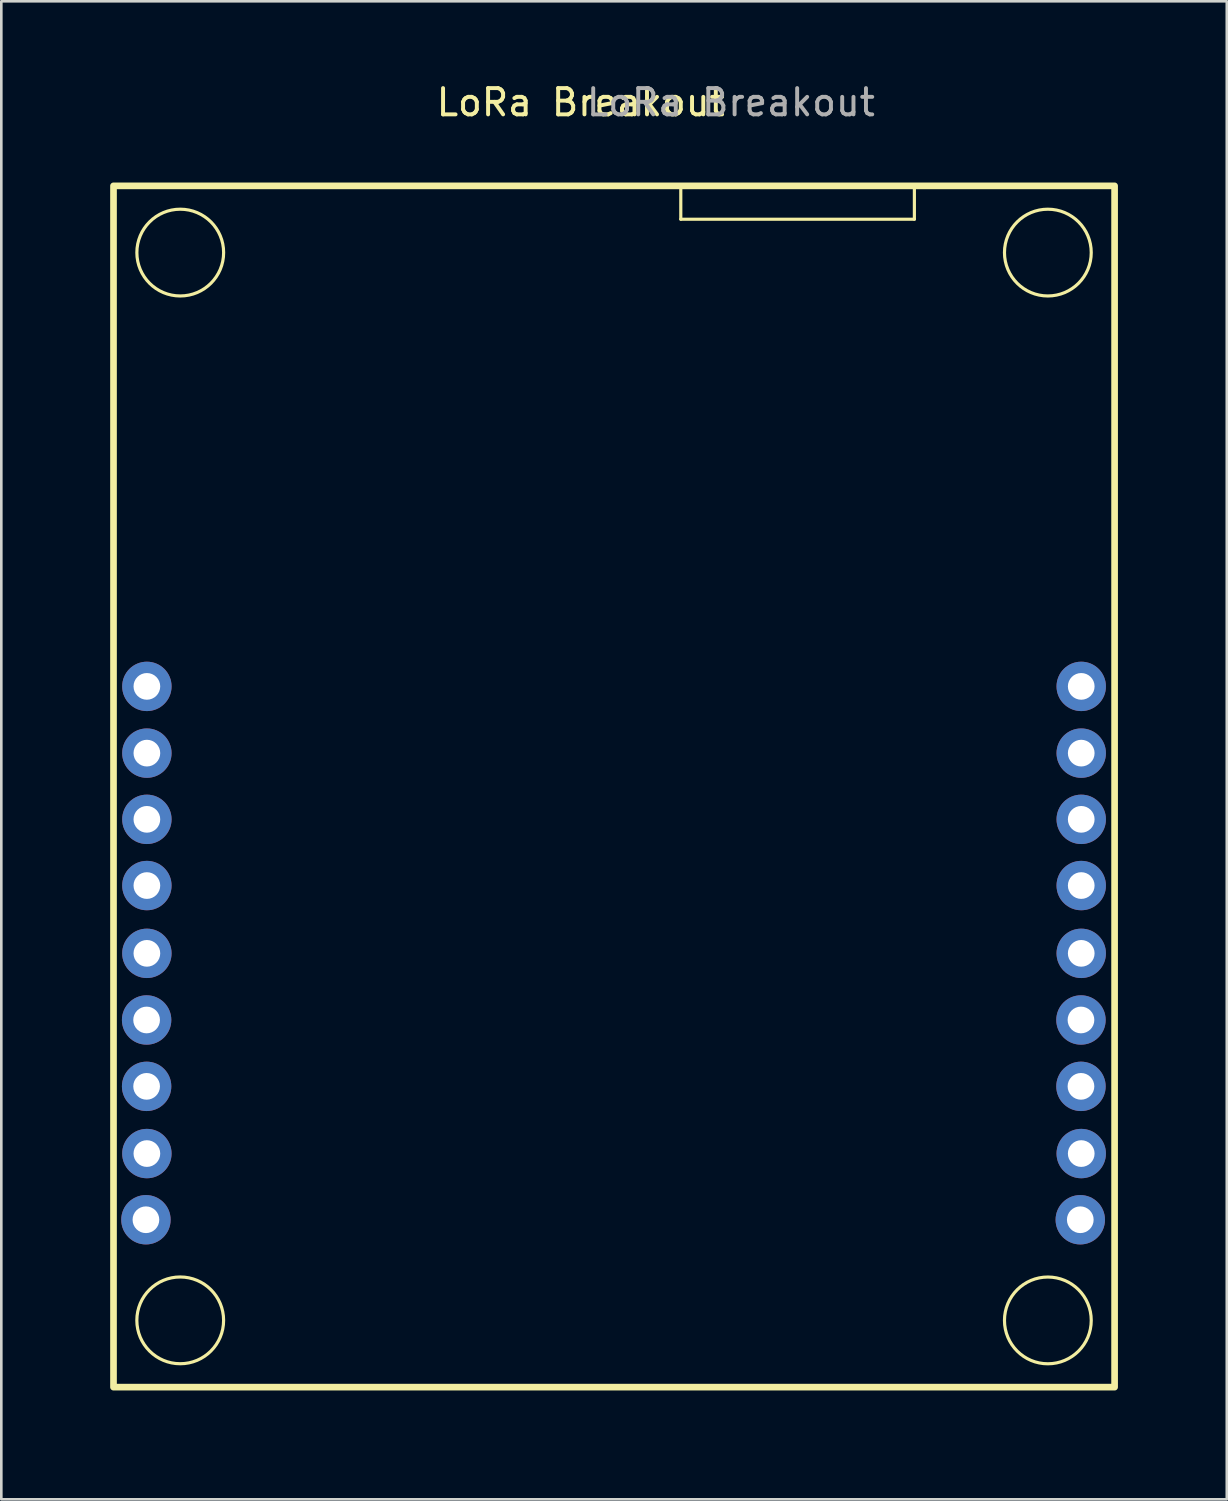
<source format=kicad_pcb>
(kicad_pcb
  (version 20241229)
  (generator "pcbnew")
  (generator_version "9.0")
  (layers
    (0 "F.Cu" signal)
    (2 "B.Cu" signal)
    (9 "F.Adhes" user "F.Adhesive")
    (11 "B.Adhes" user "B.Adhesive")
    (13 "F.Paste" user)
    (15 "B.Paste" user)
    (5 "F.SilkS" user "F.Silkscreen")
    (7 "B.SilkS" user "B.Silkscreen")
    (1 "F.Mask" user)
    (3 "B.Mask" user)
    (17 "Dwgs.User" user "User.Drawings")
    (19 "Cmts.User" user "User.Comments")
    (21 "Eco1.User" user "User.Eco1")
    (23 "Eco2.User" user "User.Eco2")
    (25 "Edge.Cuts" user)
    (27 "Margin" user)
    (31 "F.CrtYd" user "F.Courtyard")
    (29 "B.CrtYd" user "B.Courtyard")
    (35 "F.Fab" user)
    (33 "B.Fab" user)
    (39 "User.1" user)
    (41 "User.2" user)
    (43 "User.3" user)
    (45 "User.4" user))
  (footprint "LoRa Breakout"
    (layer "F.Cu")
    (at 20.32 26.883)
    (property "Reference" "LoRa Breakout" (at -1.27 -26.035 0) (unlocked yes) (layer "F.SilkS") (effects (font (size 1 1) (thickness 0.15))))
    (attr through_hole)
    (fp_line (start 2.54 -22.86) (end 2.54 -21.59) (stroke (width 0.12) (type solid)) (layer "F.SilkS"))
    (fp_line (start 11.43 -22.86) (end 11.43 -21.59) (stroke (width 0.12) (type solid)) (layer "F.SilkS"))
    (fp_line (start 11.43 -21.59) (end 2.54 -21.59) (stroke (width 0.12) (type solid)) (layer "F.SilkS"))
    (fp_rect (start 19.05 -22.86) (end -19.05 22.86) (stroke (width 0.254) (type solid)) (fill no) (layer "F.SilkS"))
    (fp_circle (center -16.511 20.318) (end -14.86 20.318) (stroke (width 0.12) (type solid)) (fill no) (layer "F.SilkS"))
    (fp_circle (center -16.51 -20.32) (end -14.859 -20.32) (stroke (width 0.12) (type solid)) (fill no) (layer "F.SilkS"))
    (fp_circle (center 16.51 -20.32) (end 18.161 -20.32) (stroke (width 0.12) (type solid)) (fill no) (layer "F.SilkS"))
    (fp_circle (center 16.51 20.32) (end 18.161 20.32) (stroke (width 0.12) (type solid)) (fill no) (layer "F.SilkS"))
    (fp_text user "${REFERENCE}" (at 4.445 -26.035 0) (unlocked yes) (layer "F.Fab") (effects (font (size 1 1) (thickness 0.15))))
    (pad "1" thru_hole circle (at -17.78 -3.81) (size 1.88 1.88) (drill 1.016) (layers "*.Cu" "*.Mask"))
    (pad "2" thru_hole circle (at -17.78 -1.27) (size 1.88 1.88) (drill 1.016) (layers "*.Cu" "*.Mask"))
    (pad "3" thru_hole circle (at -17.78 1.25) (size 1.88 1.88) (drill 1.016) (layers "*.Cu" "*.Mask"))
    (pad "4" thru_hole circle (at -17.78 3.77) (size 1.88 1.88) (drill 1.016) (layers "*.Cu" "*.Mask"))
    (pad "5" thru_hole circle (at -17.78 6.35) (size 1.88 1.88) (drill 1.016) (layers "*.Cu" "*.Mask"))
    (pad "6" thru_hole circle (at -17.79 8.886) (size 1.88 1.88) (drill 1.016) (layers "*.Cu" "*.Mask"))
    (pad "7" thru_hole circle (at -17.79 11.412) (size 1.88 1.88) (drill 1.016) (layers "*.Cu" "*.Mask"))
    (pad "8" thru_hole circle (at -17.78 13.97) (size 1.88 1.88) (drill 1.016) (layers "*.Cu" "*.Mask"))
    (pad "9" thru_hole circle (at -17.816 16.489) (size 1.88 1.88) (drill 1.016) (layers "*.Cu" "*.Mask"))
    (pad "10" thru_hole circle (at 17.744 16.489) (size 1.88 1.88) (drill 1.016) (layers "*.Cu" "*.Mask"))
    (pad "11" thru_hole circle (at 17.78 13.97) (size 1.88 1.88) (drill 1.016) (layers "*.Cu" "*.Mask"))
    (pad "12" thru_hole circle (at 17.77 11.412) (size 1.88 1.88) (drill 1.016) (layers "*.Cu" "*.Mask"))
    (pad "13" thru_hole circle (at 17.77 8.886) (size 1.88 1.88) (drill 1.016) (layers "*.Cu" "*.Mask"))
    (pad "14" thru_hole circle (at 17.78 6.35) (size 1.88 1.88) (drill 1.016) (layers "*.Cu" "*.Mask"))
    (pad "15" thru_hole circle (at 17.78 3.77) (size 1.88 1.88) (drill 1.016) (layers "*.Cu" "*.Mask"))
    (pad "16" thru_hole circle (at 17.78 1.25) (size 1.88 1.88) (drill 1.016) (layers "*.Cu" "*.Mask"))
    (pad "17" thru_hole circle (at 17.78 -1.27) (size 1.88 1.88) (drill 1.016) (layers "*.Cu" "*.Mask"))
    (pad "18" thru_hole circle (at 17.78 -3.81) (size 1.88 1.88) (drill 1.016) (layers "*.Cu" "*.Mask"))
    (zone (net_name "") (layer "F.Cu") (hatch edge 0.508) (connect_pads) (min_thickness 0.254) (filled_areas_thickness no) (keepout (tracks allowed) (vias allowed) (pads allowed) (copperpour allowed) (footprints not_allowed)) (placement (enabled no)) (fill) (polygon (pts (xy 40.64 51.013) (xy 0 51.013) (xy 0 2.753) (xy 40.64 2.753)))))
  (gr_rect
    (start -3 -3)
    (end 43.64 54.013)
    (stroke (width 0.1) (type default))
    (fill no)
    (layer "Edge.Cuts")))
</source>
